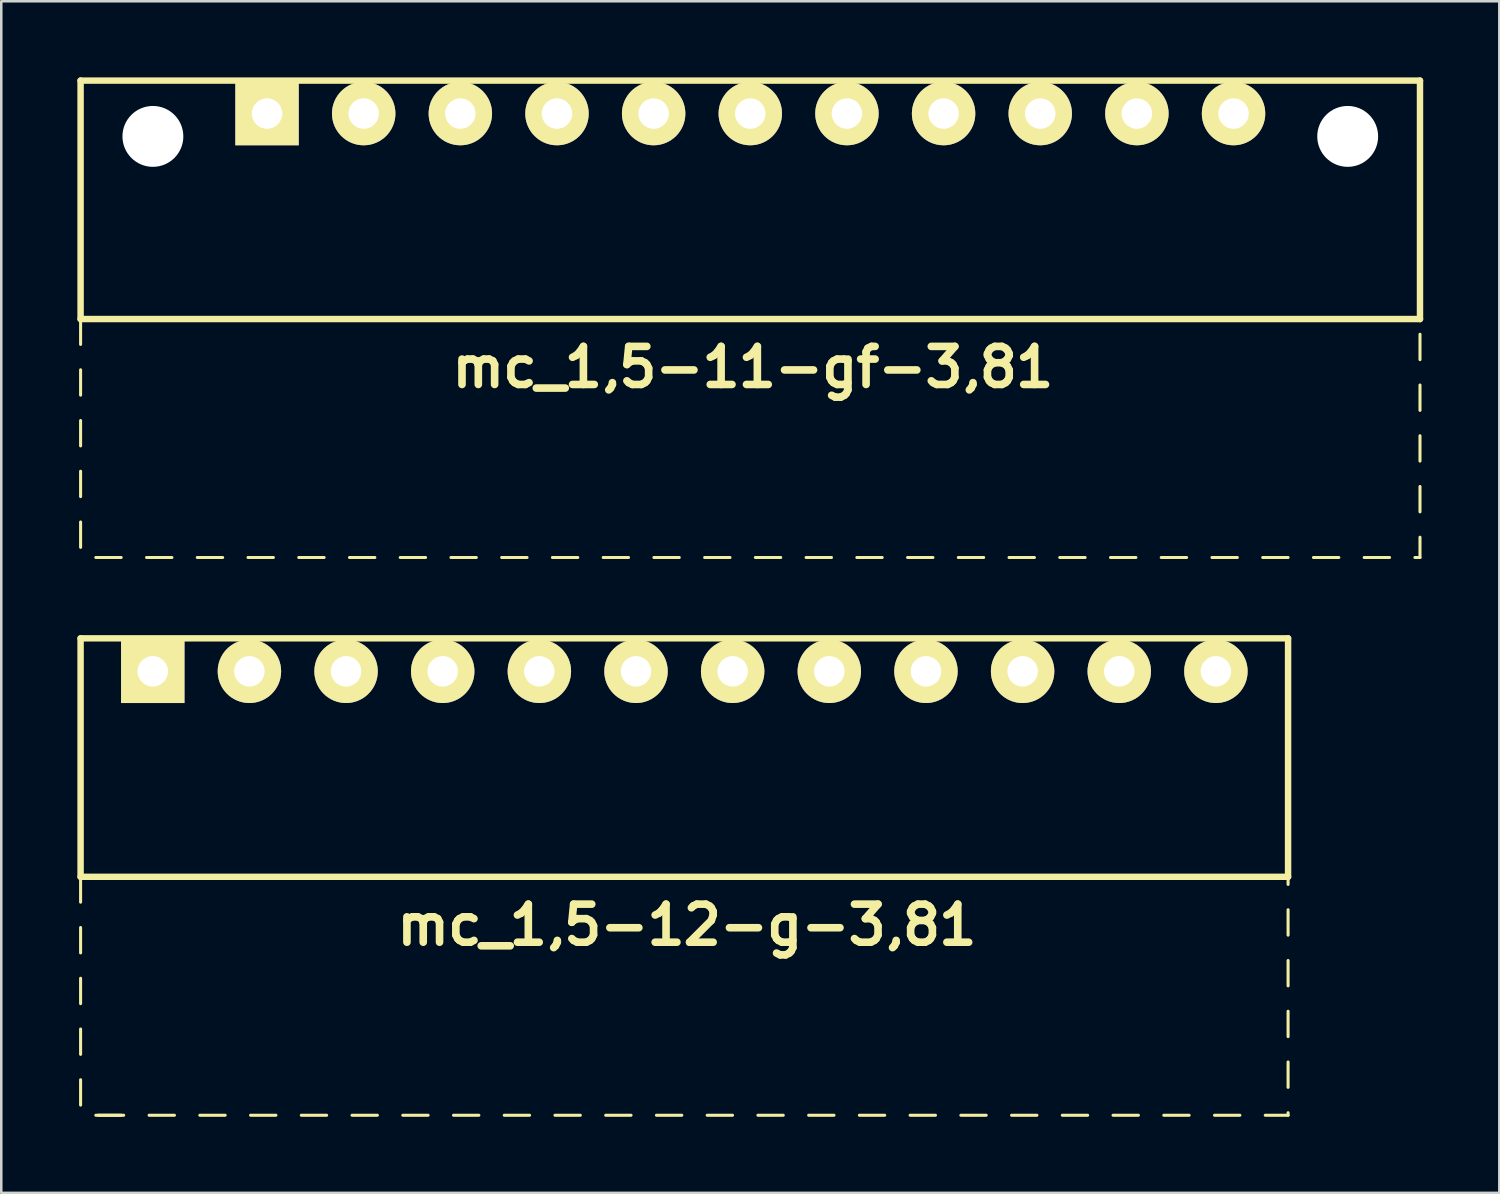
<source format=kicad_pcb>
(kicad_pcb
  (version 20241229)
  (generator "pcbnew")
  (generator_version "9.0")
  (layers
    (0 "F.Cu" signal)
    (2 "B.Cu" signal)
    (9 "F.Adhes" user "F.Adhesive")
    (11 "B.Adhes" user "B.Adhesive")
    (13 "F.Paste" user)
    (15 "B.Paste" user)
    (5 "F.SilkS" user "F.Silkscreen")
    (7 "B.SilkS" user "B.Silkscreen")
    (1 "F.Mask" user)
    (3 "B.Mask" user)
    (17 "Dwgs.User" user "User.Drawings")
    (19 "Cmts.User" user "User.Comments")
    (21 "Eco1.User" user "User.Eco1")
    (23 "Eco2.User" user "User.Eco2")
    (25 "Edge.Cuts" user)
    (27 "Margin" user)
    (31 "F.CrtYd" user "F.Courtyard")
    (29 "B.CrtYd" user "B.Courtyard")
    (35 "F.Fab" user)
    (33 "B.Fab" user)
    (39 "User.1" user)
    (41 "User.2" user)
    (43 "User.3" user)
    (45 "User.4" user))
  (footprint "mc_1,5-12-g-3,81"
    (layer "F.Cu")
    (at 23.927 23.414)
    (property "Reference" "mc_1,5-12-g-3,81" (at 0.1 10 0) (layer "F.SilkS") (effects (font (size 1.5 1.5) (thickness 0.3))))
    (attr through_hole)
    (fp_line (start -23.8 -1.3) (end -23.8 8.1) (stroke (width 0.254) (type solid)) (layer "F.SilkS"))
    (fp_line (start -23.8 -1.3) (end 23.8 -1.3) (stroke (width 0.254) (type solid)) (layer "F.SilkS"))
    (fp_line (start -23.8 8.1) (end -23.8 9.1) (stroke (width 0.12) (type solid)) (layer "F.SilkS"))
    (fp_line (start -23.8 8.1) (end 23.8 8.1) (stroke (width 0.254) (type solid)) (layer "F.SilkS"))
    (fp_line (start -23.8 10.1) (end -23.8 11.1) (stroke (width 0.12) (type solid)) (layer "F.SilkS"))
    (fp_line (start -23.8 12.1) (end -23.8 13.1) (stroke (width 0.12) (type solid)) (layer "F.SilkS"))
    (fp_line (start -23.8 14.1) (end -23.8 15.1) (stroke (width 0.12) (type solid)) (layer "F.SilkS"))
    (fp_line (start -23.8 16.1) (end -23.8 17.1) (stroke (width 0.12) (type solid)) (layer "F.SilkS"))
    (fp_line (start -23.2 17.5) (end -22.2 17.5) (stroke (width 0.12) (type solid)) (layer "F.SilkS"))
    (fp_line (start -23.1 17.5) (end -22.1 17.5) (stroke (width 0.12) (type solid)) (layer "F.SilkS"))
    (fp_line (start -21.1 17.5) (end -20.1 17.5) (stroke (width 0.12) (type solid)) (layer "F.SilkS"))
    (fp_line (start -19.1 17.5) (end -18.1 17.5) (stroke (width 0.12) (type solid)) (layer "F.SilkS"))
    (fp_line (start -17.1 17.5) (end -16.1 17.5) (stroke (width 0.12) (type solid)) (layer "F.SilkS"))
    (fp_line (start -15.1 17.5) (end -14.1 17.5) (stroke (width 0.12) (type solid)) (layer "F.SilkS"))
    (fp_line (start -13.1 17.5) (end -12.1 17.5) (stroke (width 0.12) (type solid)) (layer "F.SilkS"))
    (fp_line (start -11.1 17.5) (end -10.1 17.5) (stroke (width 0.12) (type solid)) (layer "F.SilkS"))
    (fp_line (start -9.1 17.5) (end -8.1 17.5) (stroke (width 0.12) (type solid)) (layer "F.SilkS"))
    (fp_line (start -7.1 17.5) (end -6.1 17.5) (stroke (width 0.12) (type solid)) (layer "F.SilkS"))
    (fp_line (start -5.1 17.5) (end -4.1 17.5) (stroke (width 0.12) (type solid)) (layer "F.SilkS"))
    (fp_line (start -3.1 17.5) (end -2.1 17.5) (stroke (width 0.12) (type solid)) (layer "F.SilkS"))
    (fp_line (start -1.1 17.5) (end -0.1 17.5) (stroke (width 0.12) (type solid)) (layer "F.SilkS"))
    (fp_line (start 0.9 17.5) (end 1.9 17.5) (stroke (width 0.12) (type solid)) (layer "F.SilkS"))
    (fp_line (start 2.9 17.5) (end 3.9 17.5) (stroke (width 0.12) (type solid)) (layer "F.SilkS"))
    (fp_line (start 4.9 17.5) (end 5.9 17.5) (stroke (width 0.12) (type solid)) (layer "F.SilkS"))
    (fp_line (start 6.9 17.5) (end 7.9 17.5) (stroke (width 0.12) (type solid)) (layer "F.SilkS"))
    (fp_line (start 8.9 17.5) (end 9.9 17.5) (stroke (width 0.12) (type solid)) (layer "F.SilkS"))
    (fp_line (start 10.9 17.5) (end 11.9 17.5) (stroke (width 0.12) (type solid)) (layer "F.SilkS"))
    (fp_line (start 12.9 17.5) (end 13.9 17.5) (stroke (width 0.12) (type solid)) (layer "F.SilkS"))
    (fp_line (start 14.9 17.5) (end 15.9 17.5) (stroke (width 0.12) (type solid)) (layer "F.SilkS"))
    (fp_line (start 16.9 17.5) (end 17.9 17.5) (stroke (width 0.12) (type solid)) (layer "F.SilkS"))
    (fp_line (start 18.9 17.5) (end 19.9 17.5) (stroke (width 0.12) (type solid)) (layer "F.SilkS"))
    (fp_line (start 20.9 17.5) (end 21.9 17.5) (stroke (width 0.12) (type solid)) (layer "F.SilkS"))
    (fp_line (start 22.9 17.5) (end 23.8 17.5) (stroke (width 0.12) (type solid)) (layer "F.SilkS"))
    (fp_line (start 23.8 -1.3) (end 23.8 8.1) (stroke (width 0.254) (type solid)) (layer "F.SilkS"))
    (fp_line (start 23.8 8.1) (end 23.8 8.4) (stroke (width 0.12) (type solid)) (layer "F.SilkS"))
    (fp_line (start 23.8 9.4) (end 23.8 10.4) (stroke (width 0.12) (type solid)) (layer "F.SilkS"))
    (fp_line (start 23.8 11.4) (end 23.8 12.4) (stroke (width 0.12) (type solid)) (layer "F.SilkS"))
    (fp_line (start 23.8 13.4) (end 23.8 14.4) (stroke (width 0.12) (type solid)) (layer "F.SilkS"))
    (fp_line (start 23.8 15.4) (end 23.8 16.4) (stroke (width 0.12) (type solid)) (layer "F.SilkS"))
    (fp_line (start 23.8 17.5) (end 23.8 17.4) (stroke (width 0.12) (type solid)) (layer "F.SilkS"))
    (pad "1" thru_hole rect (at -20.955 0) (size 2.5 2.5) (drill 1.2) (layers "*.Cu" "*.Mask" "F.SilkS"))
    (pad "2" thru_hole circle (at -17.145 0) (size 2.5 2.5) (drill 1.2) (layers "*.Cu" "*.Mask" "F.SilkS"))
    (pad "3" thru_hole circle (at -13.335 0) (size 2.5 2.5) (drill 1.2) (layers "*.Cu" "*.Mask" "F.SilkS"))
    (pad "4" thru_hole circle (at -9.525 0) (size 2.5 2.5) (drill 1.2) (layers "*.Cu" "*.Mask" "F.SilkS"))
    (pad "5" thru_hole circle (at -5.715 0) (size 2.5 2.5) (drill 1.2) (layers "*.Cu" "*.Mask" "F.SilkS"))
    (pad "6" thru_hole circle (at -1.905 0) (size 2.5 2.5) (drill 1.2) (layers "*.Cu" "*.Mask" "F.SilkS"))
    (pad "7" thru_hole circle (at 1.905 0) (size 2.5 2.5) (drill 1.2) (layers "*.Cu" "*.Mask" "F.SilkS"))
    (pad "8" thru_hole circle (at 5.715 0) (size 2.5 2.5) (drill 1.2) (layers "*.Cu" "*.Mask" "F.SilkS"))
    (pad "9" thru_hole circle (at 9.525 0) (size 2.5 2.5) (drill 1.2) (layers "*.Cu" "*.Mask" "F.SilkS"))
    (pad "10" thru_hole circle (at 13.335 0) (size 2.5 2.5) (drill 1.2) (layers "*.Cu" "*.Mask" "F.SilkS"))
    (pad "11" thru_hole circle (at 17.145 0) (size 2.5 2.5) (drill 1.2) (layers "*.Cu" "*.Mask" "F.SilkS"))
    (pad "12" thru_hole circle (at 20.955 0) (size 2.5 2.5) (drill 1.2) (layers "*.Cu" "*.Mask" "F.SilkS")))
  (footprint "mc_1,5-11-gf-3,81"
    (layer "F.Cu")
    (at 26.527 1.427)
    (property "Reference" "mc_1,5-11-gf-3,81" (at 0.1 10 0) (layer "F.SilkS") (effects (font (size 1.5 1.5) (thickness 0.3))))
    (attr through_hole)
    (fp_line (start -26.4 -1.3) (end -26.4 8.1) (stroke (width 0.254) (type solid)) (layer "F.SilkS"))
    (fp_line (start -26.4 -1.3) (end 26.4 -1.3) (stroke (width 0.254) (type solid)) (layer "F.SilkS"))
    (fp_line (start -26.4 8.1) (end -26.4 9.1) (stroke (width 0.12) (type solid)) (layer "F.SilkS"))
    (fp_line (start -26.4 8.1) (end 26.4 8.1) (stroke (width 0.254) (type solid)) (layer "F.SilkS"))
    (fp_line (start -26.4 10.1) (end -26.4 11.1) (stroke (width 0.12) (type solid)) (layer "F.SilkS"))
    (fp_line (start -26.4 12.1) (end -26.4 13.1) (stroke (width 0.12) (type solid)) (layer "F.SilkS"))
    (fp_line (start -26.4 14.1) (end -26.4 15.1) (stroke (width 0.12) (type solid)) (layer "F.SilkS"))
    (fp_line (start -26.4 16.1) (end -26.4 17.1) (stroke (width 0.12) (type solid)) (layer "F.SilkS"))
    (fp_line (start -25.8 17.5) (end -24.8 17.5) (stroke (width 0.12) (type solid)) (layer "F.SilkS"))
    (fp_line (start -23.8 17.5) (end -22.8 17.5) (stroke (width 0.12) (type solid)) (layer "F.SilkS"))
    (fp_line (start -21.8 17.5) (end -20.8 17.5) (stroke (width 0.12) (type solid)) (layer "F.SilkS"))
    (fp_line (start -19.8 17.5) (end -18.8 17.5) (stroke (width 0.12) (type solid)) (layer "F.SilkS"))
    (fp_line (start -17.8 17.5) (end -16.8 17.5) (stroke (width 0.12) (type solid)) (layer "F.SilkS"))
    (fp_line (start -15.8 17.5) (end -14.8 17.5) (stroke (width 0.12) (type solid)) (layer "F.SilkS"))
    (fp_line (start -13.8 17.5) (end -12.8 17.5) (stroke (width 0.12) (type solid)) (layer "F.SilkS"))
    (fp_line (start -11.8 17.5) (end -10.8 17.5) (stroke (width 0.12) (type solid)) (layer "F.SilkS"))
    (fp_line (start -9.8 17.5) (end -8.8 17.5) (stroke (width 0.12) (type solid)) (layer "F.SilkS"))
    (fp_line (start -7.8 17.5) (end -6.8 17.5) (stroke (width 0.12) (type solid)) (layer "F.SilkS"))
    (fp_line (start -5.8 17.5) (end -4.8 17.5) (stroke (width 0.12) (type solid)) (layer "F.SilkS"))
    (fp_line (start -3.8 17.5) (end -2.8 17.5) (stroke (width 0.12) (type solid)) (layer "F.SilkS"))
    (fp_line (start -1.8 17.5) (end -0.8 17.5) (stroke (width 0.12) (type solid)) (layer "F.SilkS"))
    (fp_line (start 0.2 17.5) (end 1.2 17.5) (stroke (width 0.12) (type solid)) (layer "F.SilkS"))
    (fp_line (start 2.2 17.5) (end 3.2 17.5) (stroke (width 0.12) (type solid)) (layer "F.SilkS"))
    (fp_line (start 4.2 17.5) (end 5.2 17.5) (stroke (width 0.12) (type solid)) (layer "F.SilkS"))
    (fp_line (start 6.2 17.5) (end 7.2 17.5) (stroke (width 0.12) (type solid)) (layer "F.SilkS"))
    (fp_line (start 8.2 17.5) (end 9.2 17.5) (stroke (width 0.12) (type solid)) (layer "F.SilkS"))
    (fp_line (start 10.2 17.5) (end 11.2 17.5) (stroke (width 0.12) (type solid)) (layer "F.SilkS"))
    (fp_line (start 12.2 17.5) (end 13.2 17.5) (stroke (width 0.12) (type solid)) (layer "F.SilkS"))
    (fp_line (start 14.2 17.5) (end 15.2 17.5) (stroke (width 0.12) (type solid)) (layer "F.SilkS"))
    (fp_line (start 16.2 17.5) (end 17.2 17.5) (stroke (width 0.12) (type solid)) (layer "F.SilkS"))
    (fp_line (start 18.2 17.5) (end 19.2 17.5) (stroke (width 0.12) (type solid)) (layer "F.SilkS"))
    (fp_line (start 20.2 17.5) (end 21.2 17.5) (stroke (width 0.12) (type solid)) (layer "F.SilkS"))
    (fp_line (start 22.2 17.5) (end 23.2 17.5) (stroke (width 0.12) (type solid)) (layer "F.SilkS"))
    (fp_line (start 24.2 17.5) (end 25.2 17.5) (stroke (width 0.12) (type solid)) (layer "F.SilkS"))
    (fp_line (start 26.2 17.5) (end 26.4 17.5) (stroke (width 0.12) (type solid)) (layer "F.SilkS"))
    (fp_line (start 26.4 -1.3) (end 26.4 8.1) (stroke (width 0.254) (type solid)) (layer "F.SilkS"))
    (fp_line (start 26.4 8.7) (end 26.4 9.7) (stroke (width 0.12) (type solid)) (layer "F.SilkS"))
    (fp_line (start 26.4 10.7) (end 26.4 11.7) (stroke (width 0.12) (type solid)) (layer "F.SilkS"))
    (fp_line (start 26.4 12.7) (end 26.4 13.7) (stroke (width 0.12) (type solid)) (layer "F.SilkS"))
    (fp_line (start 26.4 14.7) (end 26.4 15.7) (stroke (width 0.12) (type solid)) (layer "F.SilkS"))
    (fp_line (start 26.4 16.7) (end 26.4 17.5) (stroke (width 0.12) (type solid)) (layer "F.SilkS"))
    (pad "" np_thru_hole circle (at -23.55 0.9) (size 2.4 2.4) (drill 2.4) (layers "*.Cu" "*.Mask"))
    (pad "" np_thru_hole circle (at 23.55 0.9) (size 2.4 2.4) (drill 2.4) (layers "*.Cu" "*.Mask"))
    (pad "1" thru_hole rect (at -19.05 0) (size 2.5 2.5) (drill 1.2) (layers "*.Cu" "*.Mask" "F.SilkS"))
    (pad "2" thru_hole circle (at -15.24 0) (size 2.5 2.5) (drill 1.2) (layers "*.Cu" "*.Mask" "F.SilkS"))
    (pad "3" thru_hole circle (at -11.43 0) (size 2.5 2.5) (drill 1.2) (layers "*.Cu" "*.Mask" "F.SilkS"))
    (pad "4" thru_hole circle (at -7.62 0) (size 2.5 2.5) (drill 1.2) (layers "*.Cu" "*.Mask" "F.SilkS"))
    (pad "5" thru_hole circle (at -3.81 0) (size 2.5 2.5) (drill 1.2) (layers "*.Cu" "*.Mask" "F.SilkS"))
    (pad "6" thru_hole circle (at 0 0) (size 2.5 2.5) (drill 1.2) (layers "*.Cu" "*.Mask" "F.SilkS"))
    (pad "7" thru_hole circle (at 3.81 0) (size 2.5 2.5) (drill 1.2) (layers "*.Cu" "*.Mask" "F.SilkS"))
    (pad "8" thru_hole circle (at 7.62 0) (size 2.5 2.5) (drill 1.2) (layers "*.Cu" "*.Mask" "F.SilkS"))
    (pad "9" thru_hole circle (at 11.43 0) (size 2.5 2.5) (drill 1.2) (layers "*.Cu" "*.Mask" "F.SilkS"))
    (pad "10" thru_hole circle (at 15.24 0) (size 2.5 2.5) (drill 1.2) (layers "*.Cu" "*.Mask" "F.SilkS"))
    (pad "11" thru_hole circle (at 19.05 0) (size 2.5 2.5) (drill 1.2) (layers "*.Cu" "*.Mask" "F.SilkS")))
  (gr_rect
    (start -3 -3)
    (end 56.054 43.974)
    (stroke (width 0.1) (type default))
    (fill no)
    (layer "Edge.Cuts")))
</source>
